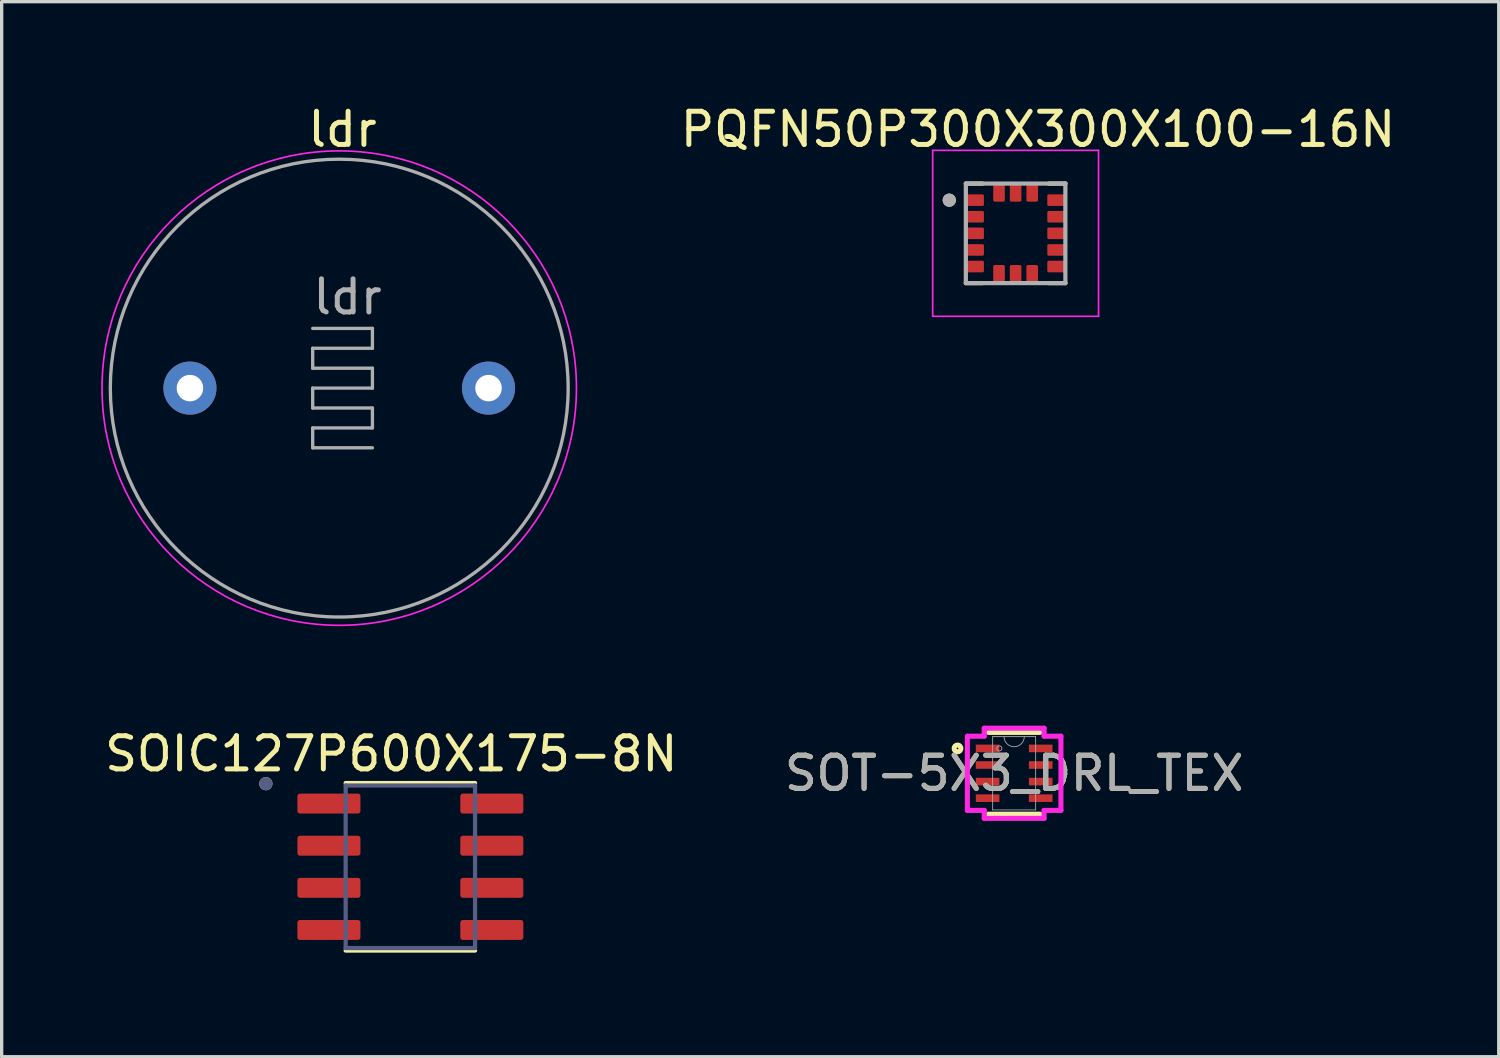
<source format=kicad_pcb>
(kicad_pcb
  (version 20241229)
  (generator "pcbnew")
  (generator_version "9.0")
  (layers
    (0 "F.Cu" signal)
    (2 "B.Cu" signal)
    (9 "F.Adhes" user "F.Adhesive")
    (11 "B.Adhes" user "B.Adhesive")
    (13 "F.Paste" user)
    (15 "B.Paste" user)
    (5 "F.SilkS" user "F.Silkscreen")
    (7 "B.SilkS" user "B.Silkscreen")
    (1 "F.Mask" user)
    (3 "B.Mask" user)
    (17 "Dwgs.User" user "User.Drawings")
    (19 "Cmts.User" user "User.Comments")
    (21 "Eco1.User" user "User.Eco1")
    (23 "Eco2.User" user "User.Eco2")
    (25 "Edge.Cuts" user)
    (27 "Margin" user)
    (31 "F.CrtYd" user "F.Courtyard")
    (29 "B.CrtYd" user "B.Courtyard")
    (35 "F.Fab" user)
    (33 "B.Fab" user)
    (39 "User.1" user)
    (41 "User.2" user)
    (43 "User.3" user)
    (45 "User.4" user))
  (footprint "SOT-5X3_DRL_TEX"
    (layer "F.Cu")
    (at 27.518 20.258)
    (property "Reference" "SOT-5X3_DRL_TEX" (at 0 0 0) (unlocked yes) (layer "F.SilkS") (effects (font (size 1 1) (thickness 0.15))))
    (attr smd)
    (fp_line (start -0.775 1.232) (end 0.775 1.232) (stroke (width 0.152) (type solid)) (layer "F.SilkS"))
    (fp_line (start 0.775 -1.232) (end -0.775 -1.232) (stroke (width 0.152) (type solid)) (layer "F.SilkS"))
    (fp_circle (center -1.707 -0.75) (end -1.605 -0.75) (stroke (width 0.152) (type solid)) (fill no) (layer "F.SilkS"))
    (fp_line (start -1.41 -1.118) (end -0.902 -1.118) (stroke (width 0.152) (type solid)) (layer "F.CrtYd"))
    (fp_line (start -1.41 1.118) (end -1.41 -1.118) (stroke (width 0.152) (type solid)) (layer "F.CrtYd"))
    (fp_line (start -1.41 1.118) (end -0.902 1.118) (stroke (width 0.152) (type solid)) (layer "F.CrtYd"))
    (fp_line (start -0.902 -1.359) (end 0.902 -1.359) (stroke (width 0.152) (type solid)) (layer "F.CrtYd"))
    (fp_line (start -0.902 -1.118) (end -0.902 -1.359) (stroke (width 0.152) (type solid)) (layer "F.CrtYd"))
    (fp_line (start -0.902 1.359) (end -0.902 1.118) (stroke (width 0.152) (type solid)) (layer "F.CrtYd"))
    (fp_line (start 0.902 -1.359) (end 0.902 -1.118) (stroke (width 0.152) (type solid)) (layer "F.CrtYd"))
    (fp_line (start 0.902 1.118) (end 0.902 1.359) (stroke (width 0.152) (type solid)) (layer "F.CrtYd"))
    (fp_line (start 0.902 1.359) (end -0.902 1.359) (stroke (width 0.152) (type solid)) (layer "F.CrtYd"))
    (fp_line (start 1.41 -1.118) (end 0.902 -1.118) (stroke (width 0.152) (type solid)) (layer "F.CrtYd"))
    (fp_line (start 1.41 -1.118) (end 1.41 1.118) (stroke (width 0.152) (type solid)) (layer "F.CrtYd"))
    (fp_line (start 1.41 1.118) (end 0.902 1.118) (stroke (width 0.152) (type solid)) (layer "F.CrtYd"))
    (fp_line (start -0.648 -1.105) (end -0.648 1.105) (stroke (width 0.025) (type solid)) (layer "F.Fab"))
    (fp_line (start -0.648 1.105) (end 0.648 1.105) (stroke (width 0.025) (type solid)) (layer "F.Fab"))
    (fp_line (start 0.648 -1.105) (end -0.648 -1.105) (stroke (width 0.025) (type solid)) (layer "F.Fab"))
    (fp_line (start 0.648 1.105) (end 0.648 -1.105) (stroke (width 0.025) (type solid)) (layer "F.Fab"))
    (fp_arc (start 0.3048 -1.1049) (mid 0 -0.8001) (end -0.3048 -1.1049) (stroke (width 0.0254) (type solid)) (layer "F.Fab"))
    (fp_circle (center -0.445 -0.75) (end -0.368 -0.75) (stroke (width 0.025) (type solid)) (fill no) (layer "F.Fab"))
    (fp_text user "${REFERENCE}" (at 0 0 0) (unlocked yes) (layer "F.Fab") (effects (font (size 1 1) (thickness 0.15))))
    (pad "1" smd rect (at -0.8 -0.75) (size 0.711 0.229) (layers "F.Cu" "F.Mask" "F.Paste"))
    (pad "2" smd rect (at -0.8 -0.25) (size 0.711 0.229) (layers "F.Cu" "F.Mask" "F.Paste"))
    (pad "3" smd rect (at -0.8 0.25) (size 0.711 0.229) (layers "F.Cu" "F.Mask" "F.Paste"))
    (pad "4" smd rect (at -0.8 0.75) (size 0.711 0.229) (layers "F.Cu" "F.Mask" "F.Paste"))
    (pad "5" smd rect (at 0.8 0.75) (size 0.711 0.229) (layers "F.Cu" "F.Mask" "F.Paste"))
    (pad "6" smd rect (at 0.8 0.25) (size 0.711 0.229) (layers "F.Cu" "F.Mask" "F.Paste"))
    (pad "7" smd rect (at 0.8 -0.25) (size 0.711 0.229) (layers "F.Cu" "F.Mask" "F.Paste"))
    (pad "8" smd rect (at 0.8 -0.75) (size 0.711 0.229) (layers "F.Cu" "F.Mask" "F.Paste")))
  (footprint "ldr"
    (layer "F.Cu")
    (at 2.675 8.648)
    (property "Reference" "ldr" (at 4.6 -7.8 0) (layer "F.SilkS") (effects (font (size 1 1) (thickness 0.15))))
    (attr through_hole)
    (fp_circle (center 4.5 0) (end -2.65 0) (stroke (width 0.05) (type solid)) (fill no) (layer "F.CrtYd"))
    (fp_line (start 3.7 -1.8) (end 5.5 -1.8) (stroke (width 0.1) (type solid)) (layer "F.Fab"))
    (fp_line (start 3.7 -1.2) (end 3.7 -0.6) (stroke (width 0.1) (type solid)) (layer "F.Fab"))
    (fp_line (start 3.7 -0.6) (end 5.5 -0.6) (stroke (width 0.1) (type solid)) (layer "F.Fab"))
    (fp_line (start 3.7 0) (end 3.7 0.6) (stroke (width 0.1) (type solid)) (layer "F.Fab"))
    (fp_line (start 3.7 0.6) (end 5.5 0.6) (stroke (width 0.1) (type solid)) (layer "F.Fab"))
    (fp_line (start 3.7 1.2) (end 3.7 1.8) (stroke (width 0.1) (type solid)) (layer "F.Fab"))
    (fp_line (start 3.7 1.8) (end 5.5 1.8) (stroke (width 0.1) (type solid)) (layer "F.Fab"))
    (fp_line (start 5.5 -1.8) (end 5.5 -1.2) (stroke (width 0.1) (type solid)) (layer "F.Fab"))
    (fp_line (start 5.5 -1.2) (end 3.7 -1.2) (stroke (width 0.1) (type solid)) (layer "F.Fab"))
    (fp_line (start 5.5 -0.6) (end 5.5 0) (stroke (width 0.1) (type solid)) (layer "F.Fab"))
    (fp_line (start 5.5 0) (end 3.7 0) (stroke (width 0.1) (type solid)) (layer "F.Fab"))
    (fp_line (start 5.5 0.6) (end 5.5 1.2) (stroke (width 0.1) (type solid)) (layer "F.Fab"))
    (fp_line (start 5.5 1.2) (end 3.7 1.2) (stroke (width 0.1) (type solid)) (layer "F.Fab"))
    (fp_circle (center 4.5 0) (end -2.4 0) (stroke (width 0.1) (type solid)) (fill no) (layer "F.Fab"))
    (fp_text user "${REFERENCE}" (at 4.75 -2.75 0) (layer "F.Fab") (effects (font (size 1 1) (thickness 0.15))))
    (pad "1" thru_hole circle (at 0 0) (size 1.6 1.6) (drill 0.8) (layers "*.Cu" "*.Mask"))
    (pad "2" thru_hole circle (at 9 0) (size 1.6 1.6) (drill 0.8) (layers "*.Cu" "*.Mask")))
  (footprint "SOIC127P600X175-8N"
    (layer "F.Cu")
    (at 9.319 23.076)
    (property "Reference" "SOIC127P600X175-8N" (at -0.575 -3.405 0) (layer "F.SilkS") (effects (font (size 1 1) (thickness 0.15))))
    (fp_line (start -1.95 -2.525) (end 1.95 -2.525) (stroke (width 0.127) (type solid)) (layer "F.SilkS"))
    (fp_line (start -1.95 2.525) (end 1.95 2.525) (stroke (width 0.127) (type solid)) (layer "F.SilkS"))
    (fp_circle (center -4.355 -2.505) (end -4.355 -2.605) (stroke (width 0.2) (type solid)) (fill no) (layer "F.SilkS"))
    (fp_line (start -3.655 -2.7) (end 3.655 -2.7) (stroke (width 0.05) (type solid)) (layer "Eco2.User"))
    (fp_line (start -3.655 2.7) (end -3.655 -2.7) (stroke (width 0.05) (type solid)) (layer "Eco2.User"))
    (fp_line (start -3.655 2.7) (end 3.655 2.7) (stroke (width 0.05) (type solid)) (layer "Eco2.User"))
    (fp_line (start 3.655 2.7) (end 3.655 -2.7) (stroke (width 0.05) (type solid)) (layer "Eco2.User"))
    (fp_line (start -1.95 -2.45) (end 1.95 -2.45) (stroke (width 0.127) (type solid)) (layer "B.Fab"))
    (fp_line (start -1.95 2.45) (end -1.95 -2.45) (stroke (width 0.127) (type solid)) (layer "B.Fab"))
    (fp_line (start -1.95 2.45) (end 1.95 2.45) (stroke (width 0.127) (type solid)) (layer "B.Fab"))
    (fp_line (start 1.95 2.45) (end 1.95 -2.45) (stroke (width 0.127) (type solid)) (layer "B.Fab"))
    (fp_circle (center -4.355 -2.505) (end -4.355 -2.605) (stroke (width 0.2) (type solid)) (fill no) (layer "B.Fab"))
    (pad "1" smd roundrect (at -2.455 -1.905) (size 1.9 0.6) (layers "F.Cu" "F.Mask" "F.Paste") (roundrect_rratio 0.125))
    (pad "2" smd roundrect (at -2.455 -0.635) (size 1.9 0.6) (layers "F.Cu" "F.Mask" "F.Paste") (roundrect_rratio 0.125))
    (pad "3" smd roundrect (at -2.455 0.635) (size 1.9 0.6) (layers "F.Cu" "F.Mask" "F.Paste") (roundrect_rratio 0.125))
    (pad "4" smd roundrect (at -2.455 1.905) (size 1.9 0.6) (layers "F.Cu" "F.Mask" "F.Paste") (roundrect_rratio 0.125))
    (pad "5" smd roundrect (at 2.455 1.905) (size 1.9 0.6) (layers "F.Cu" "F.Mask" "F.Paste") (roundrect_rratio 0.125))
    (pad "6" smd roundrect (at 2.455 0.635) (size 1.9 0.6) (layers "F.Cu" "F.Mask" "F.Paste") (roundrect_rratio 0.125))
    (pad "7" smd roundrect (at 2.455 -0.635) (size 1.9 0.6) (layers "F.Cu" "F.Mask" "F.Paste") (roundrect_rratio 0.125))
    (pad "8" smd roundrect (at 2.455 -1.905) (size 1.9 0.6) (layers "F.Cu" "F.Mask" "F.Paste") (roundrect_rratio 0.125)))
  (footprint "PQFN50P300X300X100-16N"
    (layer "F.Cu")
    (at 27.562 3.983)
    (property "Reference" "PQFN50P300X300X100-16N" (at 0.675 -3.135 0) (layer "F.SilkS") (effects (font (size 1 1) (thickness 0.15))))
    (attr smd)
    (fp_line (start -1.5 -1.5) (end -1 -1.5) (stroke (width 0.127) (type solid)) (layer "F.SilkS"))
    (fp_line (start -1.5 1.5) (end -1 1.5) (stroke (width 0.127) (type solid)) (layer "F.SilkS"))
    (fp_line (start 1.5 -1.5) (end 1 -1.5) (stroke (width 0.127) (type solid)) (layer "F.SilkS"))
    (fp_line (start 1.5 1.5) (end 1 1.5) (stroke (width 0.127) (type solid)) (layer "F.SilkS"))
    (fp_circle (center -2 -1) (end -1.9 -1) (stroke (width 0.2) (type solid)) (fill no) (layer "F.SilkS"))
    (fp_line (start -2.5 -2.5) (end 2.5 -2.5) (stroke (width 0.05) (type solid)) (layer "F.CrtYd"))
    (fp_line (start -2.5 2.5) (end -2.5 -2.5) (stroke (width 0.05) (type solid)) (layer "F.CrtYd"))
    (fp_line (start -2.5 2.5) (end 2.5 2.5) (stroke (width 0.05) (type solid)) (layer "F.CrtYd"))
    (fp_line (start 2.5 2.5) (end 2.5 -2.5) (stroke (width 0.05) (type solid)) (layer "F.CrtYd"))
    (fp_line (start -1.5 1.5) (end -1.5 -1.5) (stroke (width 0.127) (type solid)) (layer "F.Fab"))
    (fp_line (start 1.5 -1.5) (end -1.5 -1.5) (stroke (width 0.127) (type solid)) (layer "F.Fab"))
    (fp_line (start 1.5 1.5) (end -1.5 1.5) (stroke (width 0.127) (type solid)) (layer "F.Fab"))
    (fp_line (start 1.5 1.5) (end 1.5 -1.5) (stroke (width 0.127) (type solid)) (layer "F.Fab"))
    (fp_circle (center -2 -1) (end -1.9 -1) (stroke (width 0.2) (type solid)) (fill no) (layer "F.Fab"))
    (pad "1" smd roundrect (at -1.22 -1) (size 0.53 0.35) (layers "F.Cu" "F.Mask" "F.Paste") (roundrect_rratio 0.125))
    (pad "2" smd roundrect (at -1.22 -0.5) (size 0.53 0.35) (layers "F.Cu" "F.Mask" "F.Paste") (roundrect_rratio 0.125))
    (pad "3" smd roundrect (at -1.22 0) (size 0.53 0.35) (layers "F.Cu" "F.Mask" "F.Paste") (roundrect_rratio 0.125))
    (pad "4" smd roundrect (at -1.22 0.5) (size 0.53 0.35) (layers "F.Cu" "F.Mask" "F.Paste") (roundrect_rratio 0.125))
    (pad "5" smd roundrect (at -1.22 1) (size 0.53 0.35) (layers "F.Cu" "F.Mask" "F.Paste") (roundrect_rratio 0.125))
    (pad "6" smd roundrect (at -0.5 1.22) (size 0.35 0.53) (layers "F.Cu" "F.Mask" "F.Paste") (roundrect_rratio 0.125))
    (pad "7" smd roundrect (at 0 1.22) (size 0.35 0.53) (layers "F.Cu" "F.Mask" "F.Paste") (roundrect_rratio 0.125))
    (pad "8" smd roundrect (at 0.5 1.22) (size 0.35 0.53) (layers "F.Cu" "F.Mask" "F.Paste") (roundrect_rratio 0.125))
    (pad "9" smd roundrect (at 1.22 1) (size 0.53 0.35) (layers "F.Cu" "F.Mask" "F.Paste") (roundrect_rratio 0.125))
    (pad "10" smd roundrect (at 1.22 0.5) (size 0.53 0.35) (layers "F.Cu" "F.Mask" "F.Paste") (roundrect_rratio 0.125))
    (pad "11" smd roundrect (at 1.22 0) (size 0.53 0.35) (layers "F.Cu" "F.Mask" "F.Paste") (roundrect_rratio 0.125))
    (pad "12" smd roundrect (at 1.22 -0.5) (size 0.53 0.35) (layers "F.Cu" "F.Mask" "F.Paste") (roundrect_rratio 0.125))
    (pad "13" smd roundrect (at 1.22 -1) (size 0.53 0.35) (layers "F.Cu" "F.Mask" "F.Paste") (roundrect_rratio 0.125))
    (pad "14" smd roundrect (at 0.5 -1.22) (size 0.35 0.53) (layers "F.Cu" "F.Mask" "F.Paste") (roundrect_rratio 0.125))
    (pad "15" smd roundrect (at 0 -1.22) (size 0.35 0.53) (layers "F.Cu" "F.Mask" "F.Paste") (roundrect_rratio 0.125))
    (pad "16" smd roundrect (at -0.5 -1.22) (size 0.35 0.53) (layers "F.Cu" "F.Mask" "F.Paste") (roundrect_rratio 0.125)))
  (gr_rect
    (start -3 -3)
    (end 42.124 28.802)
    (stroke (width 0.1) (type default))
    (fill no)
    (layer "Edge.Cuts")))
</source>
